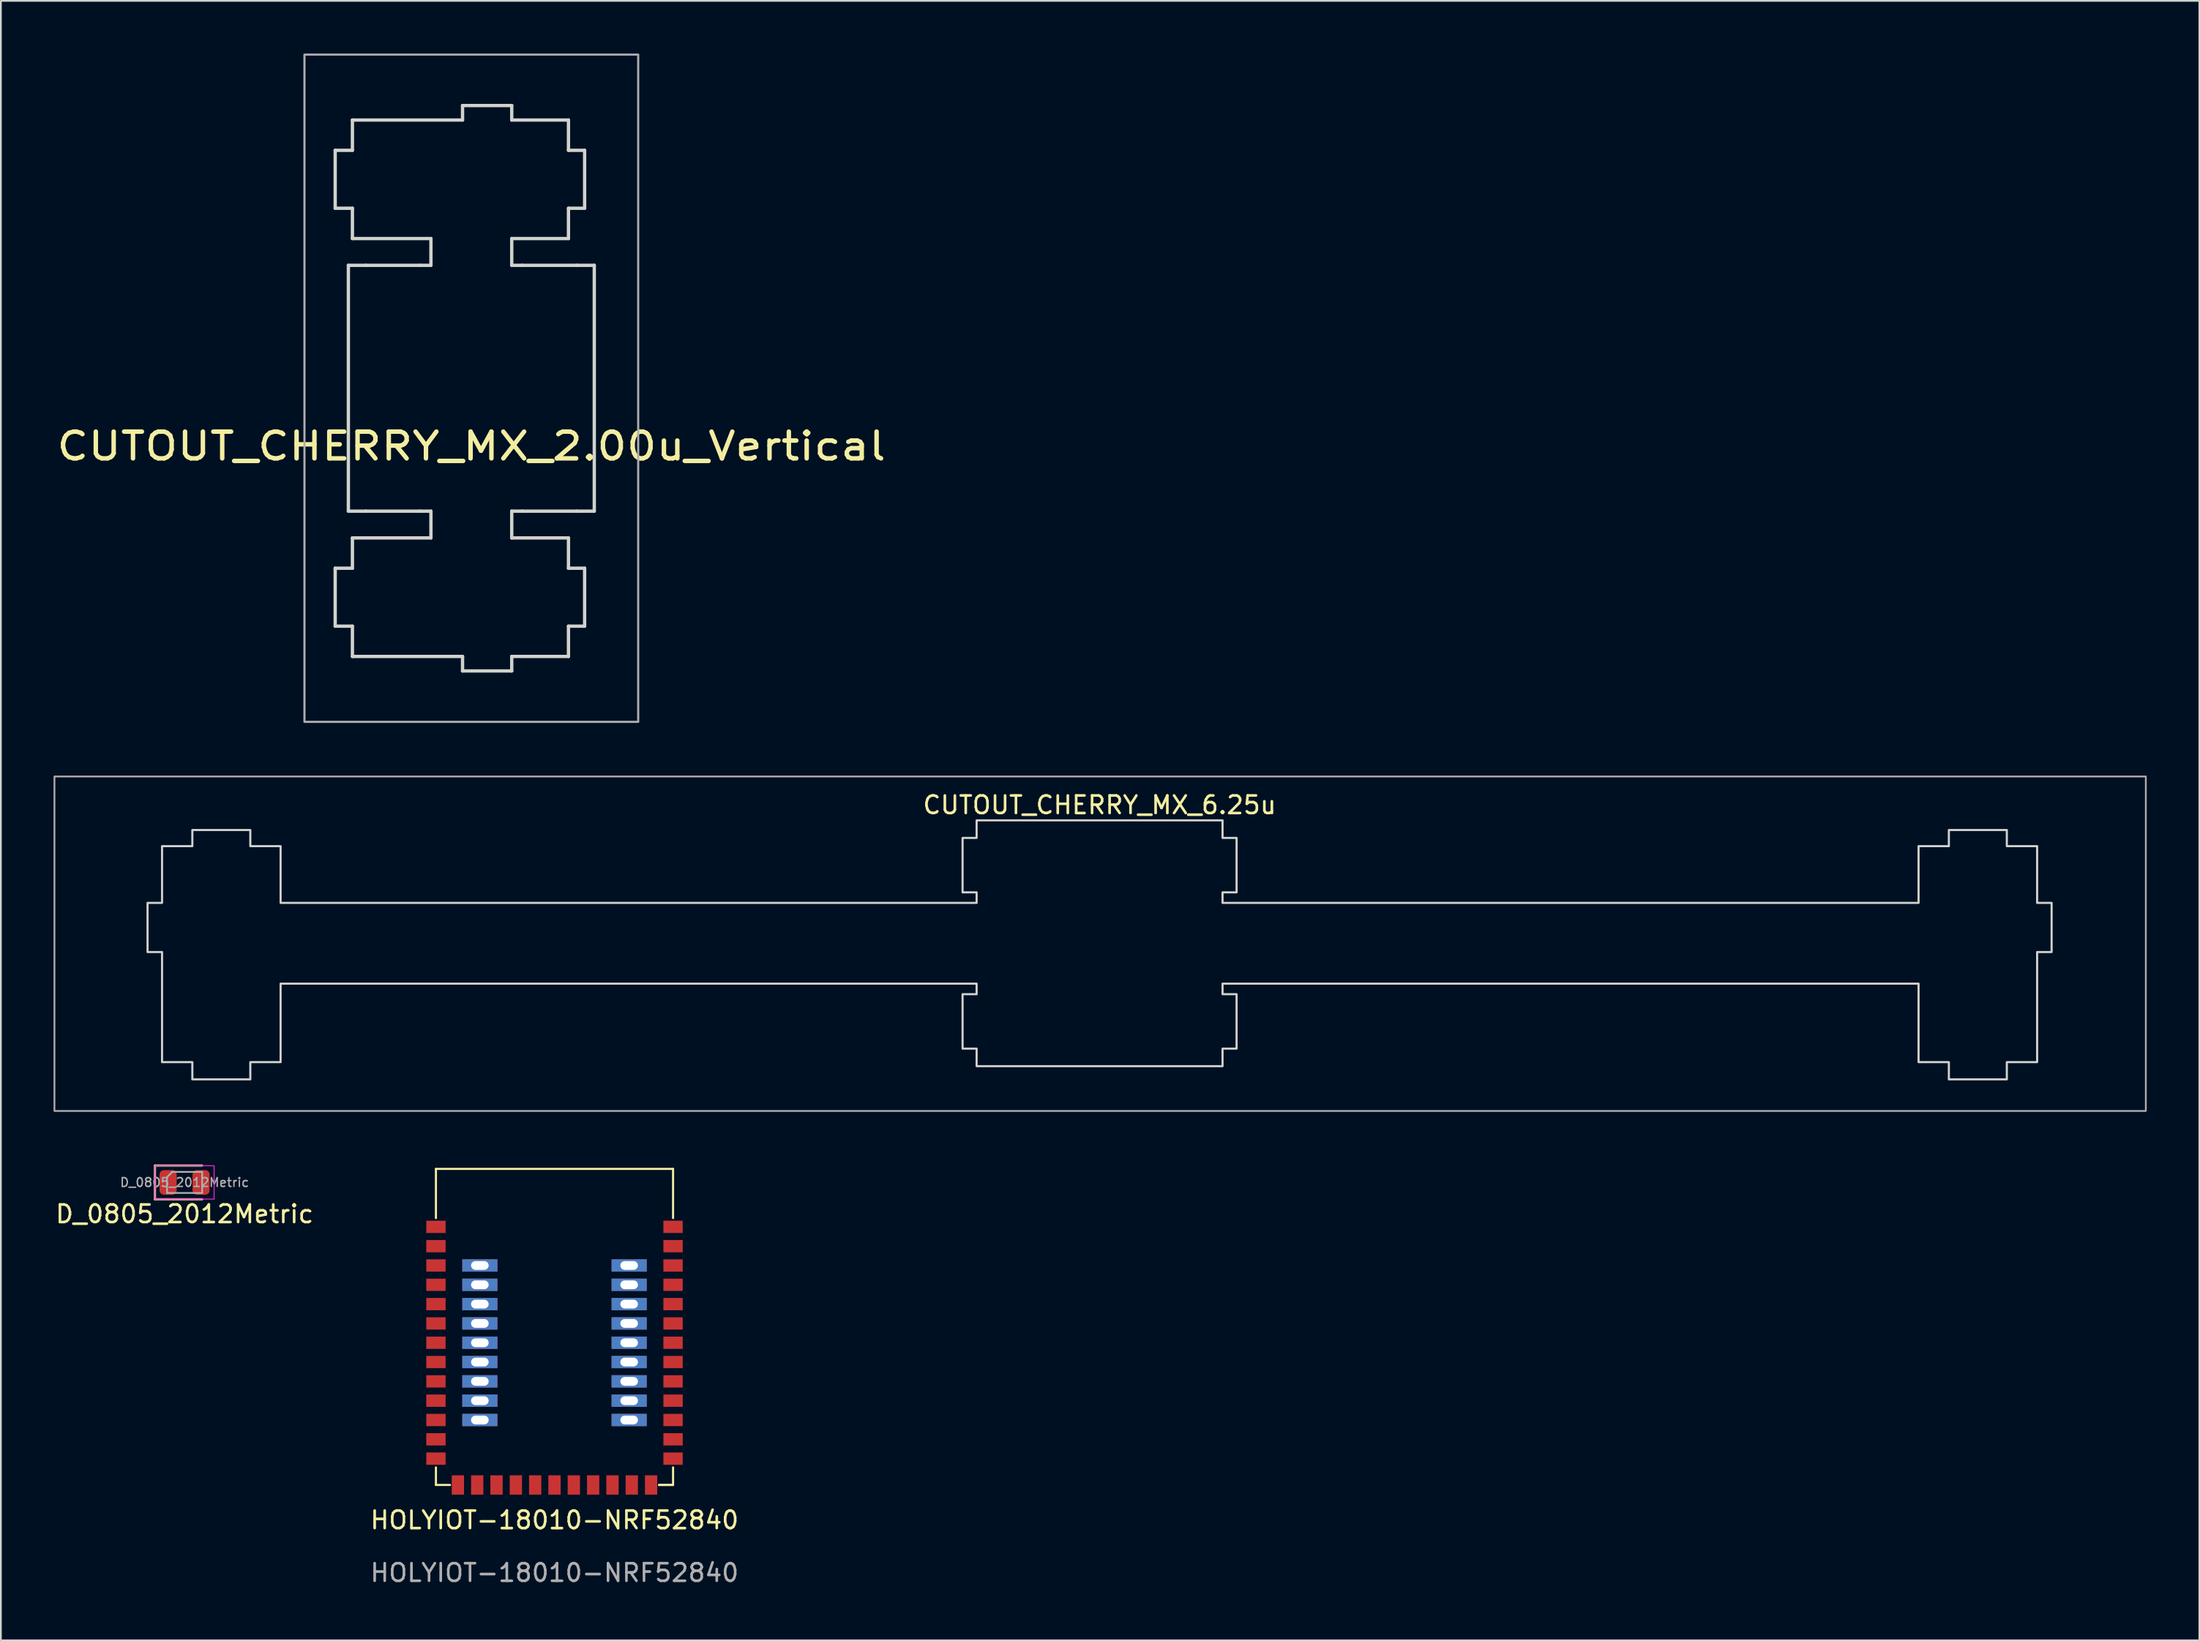
<source format=kicad_pcb>
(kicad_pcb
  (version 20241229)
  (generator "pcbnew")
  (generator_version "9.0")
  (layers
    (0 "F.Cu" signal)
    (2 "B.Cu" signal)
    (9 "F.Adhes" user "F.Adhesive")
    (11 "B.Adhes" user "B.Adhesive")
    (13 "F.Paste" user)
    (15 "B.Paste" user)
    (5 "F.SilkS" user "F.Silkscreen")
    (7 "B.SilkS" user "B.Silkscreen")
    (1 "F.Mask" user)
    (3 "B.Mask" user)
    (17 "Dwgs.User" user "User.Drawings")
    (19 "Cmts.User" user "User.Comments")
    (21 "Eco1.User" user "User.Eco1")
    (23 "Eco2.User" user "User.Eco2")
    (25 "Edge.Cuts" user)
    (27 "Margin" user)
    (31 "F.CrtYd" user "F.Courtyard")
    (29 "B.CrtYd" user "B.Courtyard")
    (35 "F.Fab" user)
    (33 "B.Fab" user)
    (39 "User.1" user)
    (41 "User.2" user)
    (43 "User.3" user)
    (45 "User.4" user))
  (footprint "CUTOUT_CHERRY_MX_2.00u_Vertical"
    (layer "F.Cu")
    (at 26.323 13.98)
    (property "Reference" "CUTOUT_CHERRY_MX_2.00u_Vertical" (at -2.54 8.382 0) (layer "F.SilkS") (effects (font (size 1.524 1.778) (thickness 0.254))))
    (fp_line (start -10.29 -8.47) (end -10.29 -5.17) (stroke (width 0.189) (type solid)) (layer "Edge.Cuts"))
    (fp_line (start -10.29 -5.17) (end -9.31 -5.17) (stroke (width 0.189) (type solid)) (layer "Edge.Cuts"))
    (fp_line (start -10.29 15.33) (end -10.29 18.63) (stroke (width 0.189) (type solid)) (layer "Edge.Cuts"))
    (fp_line (start -10.29 18.63) (end -9.31 18.63) (stroke (width 0.189) (type solid)) (layer "Edge.Cuts"))
    (fp_line (start -9.54 -1.92) (end -9.54 12.08) (stroke (width 0.189) (type solid)) (layer "Edge.Cuts"))
    (fp_line (start -9.54 12.08) (end -8.54 12.08) (stroke (width 0.189) (type solid)) (layer "Edge.Cuts"))
    (fp_line (start -9.31 -10.195) (end -9.31 -8.47) (stroke (width 0.189) (type solid)) (layer "Edge.Cuts"))
    (fp_line (start -9.31 -8.47) (end -10.29 -8.47) (stroke (width 0.189) (type solid)) (layer "Edge.Cuts"))
    (fp_line (start -9.31 -5.17) (end -9.31 -3.445) (stroke (width 0.189) (type solid)) (layer "Edge.Cuts"))
    (fp_line (start -9.31 -3.445) (end -4.84 -3.445) (stroke (width 0.189) (type solid)) (layer "Edge.Cuts"))
    (fp_line (start -9.31 13.605) (end -9.31 15.33) (stroke (width 0.189) (type solid)) (layer "Edge.Cuts"))
    (fp_line (start -9.31 15.33) (end -10.29 15.33) (stroke (width 0.189) (type solid)) (layer "Edge.Cuts"))
    (fp_line (start -9.31 18.63) (end -9.31 20.355) (stroke (width 0.189) (type solid)) (layer "Edge.Cuts"))
    (fp_line (start -9.31 20.355) (end -3.04 20.355) (stroke (width 0.189) (type solid)) (layer "Edge.Cuts"))
    (fp_line (start -8.54 -1.92) (end -9.54 -1.92) (stroke (width 0.189) (type solid)) (layer "Edge.Cuts"))
    (fp_line (start -8.54 12.08) (end -5.44 12.08) (stroke (width 0.189) (type solid)) (layer "Edge.Cuts"))
    (fp_line (start -5.44 -1.92) (end -8.54 -1.92) (stroke (width 0.189) (type solid)) (layer "Edge.Cuts"))
    (fp_line (start -5.44 12.08) (end -4.84 12.08) (stroke (width 0.189) (type solid)) (layer "Edge.Cuts"))
    (fp_line (start -4.84 -3.445) (end -4.84 -1.92) (stroke (width 0.189) (type solid)) (layer "Edge.Cuts"))
    (fp_line (start -4.84 -1.92) (end -5.44 -1.92) (stroke (width 0.189) (type solid)) (layer "Edge.Cuts"))
    (fp_line (start -4.84 12.08) (end -4.84 13.605) (stroke (width 0.189) (type solid)) (layer "Edge.Cuts"))
    (fp_line (start -4.84 13.605) (end -9.31 13.605) (stroke (width 0.189) (type solid)) (layer "Edge.Cuts"))
    (fp_line (start -3.04 -11.02) (end -3.04 -10.195) (stroke (width 0.189) (type solid)) (layer "Edge.Cuts"))
    (fp_line (start -3.04 -10.195) (end -9.31 -10.195) (stroke (width 0.189) (type solid)) (layer "Edge.Cuts"))
    (fp_line (start -3.04 20.355) (end -3.04 21.18) (stroke (width 0.189) (type solid)) (layer "Edge.Cuts"))
    (fp_line (start -3.04 21.18) (end -0.24 21.18) (stroke (width 0.189) (type solid)) (layer "Edge.Cuts"))
    (fp_line (start -0.24 -11.02) (end -3.04 -11.02) (stroke (width 0.189) (type solid)) (layer "Edge.Cuts"))
    (fp_line (start -0.24 -10.195) (end -0.24 -11.02) (stroke (width 0.189) (type solid)) (layer "Edge.Cuts"))
    (fp_line (start -0.24 -3.445) (end 2.99 -3.445) (stroke (width 0.189) (type solid)) (layer "Edge.Cuts"))
    (fp_line (start -0.24 -1.92) (end -0.24 -3.445) (stroke (width 0.189) (type solid)) (layer "Edge.Cuts"))
    (fp_line (start -0.24 12.08) (end 0.36 12.08) (stroke (width 0.189) (type solid)) (layer "Edge.Cuts"))
    (fp_line (start -0.24 13.605) (end -0.24 12.08) (stroke (width 0.189) (type solid)) (layer "Edge.Cuts"))
    (fp_line (start -0.24 20.355) (end 2.99 20.355) (stroke (width 0.189) (type solid)) (layer "Edge.Cuts"))
    (fp_line (start -0.24 21.18) (end -0.24 20.355) (stroke (width 0.189) (type solid)) (layer "Edge.Cuts"))
    (fp_line (start 0.36 -1.92) (end -0.24 -1.92) (stroke (width 0.189) (type solid)) (layer "Edge.Cuts"))
    (fp_line (start 0.36 12.08) (end 3.46 12.08) (stroke (width 0.189) (type solid)) (layer "Edge.Cuts"))
    (fp_line (start 2.99 -10.195) (end -0.24 -10.195) (stroke (width 0.189) (type solid)) (layer "Edge.Cuts"))
    (fp_line (start 2.99 -8.47) (end 2.99 -10.195) (stroke (width 0.189) (type solid)) (layer "Edge.Cuts"))
    (fp_line (start 2.99 -5.17) (end 3.91 -5.17) (stroke (width 0.189) (type solid)) (layer "Edge.Cuts"))
    (fp_line (start 2.99 -3.445) (end 2.99 -5.17) (stroke (width 0.189) (type solid)) (layer "Edge.Cuts"))
    (fp_line (start 2.99 13.605) (end -0.24 13.605) (stroke (width 0.189) (type solid)) (layer "Edge.Cuts"))
    (fp_line (start 2.99 15.33) (end 2.99 13.605) (stroke (width 0.189) (type solid)) (layer "Edge.Cuts"))
    (fp_line (start 2.99 18.63) (end 3.91 18.63) (stroke (width 0.189) (type solid)) (layer "Edge.Cuts"))
    (fp_line (start 2.99 20.355) (end 2.99 18.63) (stroke (width 0.189) (type solid)) (layer "Edge.Cuts"))
    (fp_line (start 3.46 -1.92) (end 0.36 -1.92) (stroke (width 0.189) (type solid)) (layer "Edge.Cuts"))
    (fp_line (start 3.46 12.08) (end 4.46 12.08) (stroke (width 0.189) (type solid)) (layer "Edge.Cuts"))
    (fp_line (start 3.91 -8.47) (end 2.99 -8.47) (stroke (width 0.189) (type solid)) (layer "Edge.Cuts"))
    (fp_line (start 3.91 -5.17) (end 3.91 -8.47) (stroke (width 0.189) (type solid)) (layer "Edge.Cuts"))
    (fp_line (start 3.91 15.33) (end 2.99 15.33) (stroke (width 0.189) (type solid)) (layer "Edge.Cuts"))
    (fp_line (start 3.91 18.63) (end 3.91 15.33) (stroke (width 0.189) (type solid)) (layer "Edge.Cuts"))
    (fp_line (start 4.46 -1.92) (end 3.46 -1.92) (stroke (width 0.189) (type solid)) (layer "Edge.Cuts"))
    (fp_line (start 4.46 12.08) (end 4.46 -1.92) (stroke (width 0.189) (type solid)) (layer "Edge.Cuts"))
    (fp_rect (start -12.04 -13.92) (end 6.96 24.08) (stroke (width 0.12) (type solid)) (fill no) (layer "F.Fab")))
  (footprint "CUTOUT_CHERRY_MX_6.25u"
    (layer "F.Cu")
    (at 62.09 45.59)
    (property "Reference" "CUTOUT_CHERRY_MX_6.25u" (at -2.54 -2.794 0) (layer "F.SilkS") (effects (font (size 1 1) (thickness 0.15))))
    (attr through_hole)
    (fp_poly (pts (xy 4.46 -0.92) (xy 5.26 -0.92) (xy 5.26 2.18) (xy 4.46 2.18) (xy 4.46 2.78) (xy 44.085 2.78) (xy 44.085 -0.45) (xy 45.81 -0.45) (xy 45.81 -1.37) (xy 49.11 -1.37) (xy 49.11 -0.45) (xy 50.835 -0.45) (xy 50.835 2.78) (xy 51.66 2.78) (xy 51.66 5.58) (xy 50.835 5.58) (xy 50.835 11.85) (xy 49.11 11.85) (xy 49.11 12.83) (xy 45.81 12.83) (xy 45.81 11.85) (xy 44.085 11.85) (xy 44.085 7.38) (xy 4.46 7.38) (xy 4.46 7.98) (xy 5.26 7.98) (xy 5.26 11.08) (xy 4.46 11.08) (xy 4.46 12.08) (xy -9.54 12.08) (xy -9.54 11.08) (xy -10.34 11.08) (xy -10.34 7.98) (xy -9.54 7.98) (xy -9.54 7.38) (xy -49.165 7.38) (xy -49.165 11.85) (xy -50.89 11.85) (xy -50.89 12.83) (xy -54.19 12.83) (xy -54.19 11.85) (xy -55.915 11.85) (xy -55.915 5.58) (xy -56.74 5.58) (xy -56.74 2.78) (xy -55.915 2.78) (xy -55.915 -0.45) (xy -54.19 -0.45) (xy -54.19 -1.37) (xy -50.89 -1.37) (xy -50.89 -0.45) (xy -49.165 -0.45) (xy -49.165 2.78) (xy -9.54 2.78) (xy -9.54 2.18) (xy -10.34 2.18) (xy -10.34 -0.92) (xy -9.54 -0.92) (xy -9.54 -1.92) (xy 4.46 -1.92)) (stroke (width 0.12) (type solid)) (fill no) (layer "Edge.Cuts"))
    (fp_rect (start -62.04 -4.42) (end 57.023 14.63) (stroke (width 0.1) (type solid)) (fill no) (layer "F.Fab")))
  (footprint "D_0805_2012Metric"
    (layer "F.Cu")
    (at 7.458 64.29)
    (property "Reference" "D_0805_2012Metric" (at 0 1.8 180) (layer "F.SilkS") (effects (font (size 1 1) (thickness 0.15))))
    (attr smd)
    (fp_line (start -1.685 -0.96) (end -1.685 0.96) (stroke (width 0.12) (type solid)) (layer "F.SilkS"))
    (fp_line (start -1.685 0.96) (end 1 0.96) (stroke (width 0.12) (type solid)) (layer "F.SilkS"))
    (fp_line (start 1 -0.96) (end -1.685 -0.96) (stroke (width 0.12) (type solid)) (layer "F.SilkS"))
    (fp_line (start -1.68 -0.95) (end 1.68 -0.95) (stroke (width 0.05) (type solid)) (layer "F.CrtYd"))
    (fp_line (start -1.68 0.95) (end -1.68 -0.95) (stroke (width 0.05) (type solid)) (layer "F.CrtYd"))
    (fp_line (start 1.68 -0.95) (end 1.68 0.95) (stroke (width 0.05) (type solid)) (layer "F.CrtYd"))
    (fp_line (start 1.68 0.95) (end -1.68 0.95) (stroke (width 0.05) (type solid)) (layer "F.CrtYd"))
    (fp_line (start -1 -0.3) (end -1 0.6) (stroke (width 0.1) (type solid)) (layer "F.Fab"))
    (fp_line (start -1 0.6) (end 1 0.6) (stroke (width 0.1) (type solid)) (layer "F.Fab"))
    (fp_line (start -0.7 -0.6) (end -1 -0.3) (stroke (width 0.1) (type solid)) (layer "F.Fab"))
    (fp_line (start 1 -0.6) (end -0.7 -0.6) (stroke (width 0.1) (type solid)) (layer "F.Fab"))
    (fp_line (start 1 0.6) (end 1 -0.6) (stroke (width 0.1) (type solid)) (layer "F.Fab"))
    (fp_text user "${REFERENCE}" (at 0 0 180) (layer "F.Fab") (effects (font (size 0.5 0.5) (thickness 0.08))))
    (pad "1" smd roundrect (at -0.938 0) (size 0.975 1.4) (layers "F.Cu" "F.Mask" "F.Paste") (roundrect_rratio 0.25))
    (pad "2" smd roundrect (at 0.938 0) (size 0.975 1.4) (layers "F.Cu" "F.Mask" "F.Paste") (roundrect_rratio 0.25)))
  (footprint "HOLYIOT-18010-NRF52840"
    (layer "F.Cu")
    (at 21.768 63.52)
    (property "Reference" "HOLYIOT-18010-NRF52840" (at 6.75 20 0) (unlocked yes) (layer "F.SilkS") (effects (font (size 1 1) (thickness 0.15))))
    (fp_line (start 0 0) (end 13.5 0) (stroke (width 0.12) (type solid)) (layer "F.SilkS"))
    (fp_line (start 0 2.8) (end 0 0) (stroke (width 0.12) (type solid)) (layer "F.SilkS"))
    (fp_line (start 0 17) (end 0 18) (stroke (width 0.12) (type solid)) (layer "F.SilkS"))
    (fp_line (start 0.8 18) (end 0 18) (stroke (width 0.12) (type solid)) (layer "F.SilkS"))
    (fp_line (start 12.7 18) (end 13.5 18) (stroke (width 0.12) (type solid)) (layer "F.SilkS"))
    (fp_line (start 13.5 0) (end 13.5 2.8) (stroke (width 0.12) (type solid)) (layer "F.SilkS"))
    (fp_line (start 13.5 17) (end 13.5 18) (stroke (width 0.12) (type solid)) (layer "F.SilkS"))
    (fp_line (start 13.5 18) (end 12.7 18) (stroke (width 0.12) (type solid)) (layer "F.SilkS"))
    (fp_text user "${REFERENCE}" (at 6.75 23 0) (unlocked yes) (layer "F.Fab") (effects (font (size 1 1) (thickness 0.15))))
    (pad "1" smd rect (at 0 3.3) (size 1.1 0.7) (layers "F.Cu" "F.Mask" "F.Paste"))
    (pad "2" smd rect (at 0 4.4) (size 1.1 0.7) (layers "F.Cu" "F.Mask" "F.Paste"))
    (pad "3" smd rect (at 0 5.5) (size 1.1 0.7) (layers "F.Cu" "F.Mask" "F.Paste"))
    (pad "4" smd rect (at 0 6.6) (size 1.1 0.7) (layers "F.Cu" "F.Mask" "F.Paste"))
    (pad "5" smd rect (at 0 7.7) (size 1.1 0.7) (layers "F.Cu" "F.Mask" "F.Paste"))
    (pad "6" smd rect (at 0 8.8) (size 1.1 0.7) (layers "F.Cu" "F.Mask" "F.Paste"))
    (pad "7" smd rect (at 0 9.9) (size 1.1 0.7) (layers "F.Cu" "F.Mask" "F.Paste"))
    (pad "8" smd rect (at 0 11) (size 1.1 0.7) (layers "F.Cu" "F.Mask" "F.Paste"))
    (pad "9" smd rect (at 0 12.1) (size 1.1 0.7) (layers "F.Cu" "F.Mask" "F.Paste"))
    (pad "10" smd rect (at 0 13.2) (size 1.1 0.7) (layers "F.Cu" "F.Mask" "F.Paste"))
    (pad "11" smd rect (at 0 14.3) (size 1.1 0.7) (layers "F.Cu" "F.Mask" "F.Paste"))
    (pad "12" smd rect (at 0 15.4) (size 1.1 0.7) (layers "F.Cu" "F.Mask" "F.Paste"))
    (pad "13" smd rect (at 0 16.5) (size 1.1 0.7) (layers "F.Cu" "F.Mask" "F.Paste"))
    (pad "14" smd rect (at 1.25 18) (size 0.7 1.1) (layers "F.Cu" "F.Mask" "F.Paste"))
    (pad "15" smd rect (at 2.35 18) (size 0.7 1.1) (layers "F.Cu" "F.Mask" "F.Paste"))
    (pad "16" smd rect (at 3.45 18) (size 0.7 1.1) (layers "F.Cu" "F.Mask" "F.Paste"))
    (pad "17" smd rect (at 4.55 18) (size 0.7 1.1) (layers "F.Cu" "F.Mask" "F.Paste"))
    (pad "18" smd rect (at 5.65 18) (size 0.7 1.1) (layers "F.Cu" "F.Mask" "F.Paste"))
    (pad "19" smd rect (at 6.75 18) (size 0.7 1.1) (layers "F.Cu" "F.Mask" "F.Paste"))
    (pad "20" smd rect (at 7.85 18) (size 0.7 1.1) (layers "F.Cu" "F.Mask" "F.Paste"))
    (pad "21" smd rect (at 8.95 18) (size 0.7 1.1) (layers "F.Cu" "F.Mask" "F.Paste"))
    (pad "22" smd rect (at 10.05 18) (size 0.7 1.1) (layers "F.Cu" "F.Mask" "F.Paste"))
    (pad "23" smd rect (at 11.15 18) (size 0.7 1.1) (layers "F.Cu" "F.Mask" "F.Paste"))
    (pad "24" smd rect (at 12.25 18) (size 0.7 1.1) (layers "F.Cu" "F.Mask" "F.Paste"))
    (pad "25" smd rect (at 13.5 16.5) (size 1.1 0.7) (layers "F.Cu" "F.Mask" "F.Paste"))
    (pad "26" smd rect (at 13.5 15.4) (size 1.1 0.7) (layers "F.Cu" "F.Mask" "F.Paste"))
    (pad "27" smd rect (at 13.5 14.3) (size 1.1 0.7) (layers "F.Cu" "F.Mask" "F.Paste"))
    (pad "28" smd rect (at 13.5 13.2) (size 1.1 0.7) (layers "F.Cu" "F.Mask" "F.Paste"))
    (pad "29" smd rect (at 13.5 12.1) (size 1.1 0.7) (layers "F.Cu" "F.Mask" "F.Paste"))
    (pad "30" smd rect (at 13.5 11) (size 1.1 0.7) (layers "F.Cu" "F.Mask" "F.Paste"))
    (pad "31" smd rect (at 13.5 9.9) (size 1.1 0.7) (layers "F.Cu" "F.Mask" "F.Paste"))
    (pad "32" smd rect (at 13.5 8.8) (size 1.1 0.7) (layers "F.Cu" "F.Mask" "F.Paste"))
    (pad "33" smd rect (at 13.5 7.7) (size 1.1 0.7) (layers "F.Cu" "F.Mask" "F.Paste"))
    (pad "34" smd rect (at 13.5 6.6) (size 1.1 0.7) (layers "F.Cu" "F.Mask" "F.Paste"))
    (pad "35" smd rect (at 13.5 5.5) (size 1.1 0.7) (layers "F.Cu" "F.Mask" "F.Paste"))
    (pad "36" smd rect (at 13.5 4.4) (size 1.1 0.7) (layers "F.Cu" "F.Mask" "F.Paste"))
    (pad "37" smd rect (at 13.5 3.3) (size 1.1 0.7) (layers "F.Cu" "F.Mask" "F.Paste"))
    (pad "38" thru_hole rect (at 2.5 5.5) (size 2 0.7) (drill oval 1 0.5) (layers "*.Cu" "*.Mask"))
    (pad "39" thru_hole rect (at 2.5 6.6) (size 2 0.7) (drill oval 1 0.5) (layers "*.Cu" "*.Mask"))
    (pad "40" thru_hole rect (at 2.5 7.7) (size 2 0.7) (drill oval 1 0.5) (layers "*.Cu" "*.Mask"))
    (pad "41" thru_hole rect (at 2.5 8.8) (size 2 0.7) (drill oval 1 0.5) (layers "*.Cu" "*.Mask"))
    (pad "42" thru_hole rect (at 2.5 9.9) (size 2 0.7) (drill oval 1 0.5) (layers "*.Cu" "*.Mask"))
    (pad "43" thru_hole rect (at 2.5 11) (size 2 0.7) (drill oval 1 0.5) (layers "*.Cu" "*.Mask"))
    (pad "44" thru_hole rect (at 2.5 12.1) (size 2 0.7) (drill oval 1 0.5) (layers "*.Cu" "*.Mask"))
    (pad "45" thru_hole rect (at 2.5 13.2) (size 2 0.7) (drill oval 1 0.5) (layers "*.Cu" "*.Mask"))
    (pad "46" thru_hole rect (at 2.5 14.3) (size 2 0.7) (drill oval 1 0.5) (layers "*.Cu" "*.Mask"))
    (pad "47" thru_hole rect (at 11 5.5) (size 2 0.7) (drill oval 1 0.5) (layers "*.Cu" "*.Mask"))
    (pad "48" thru_hole rect (at 11 6.6) (size 2 0.7) (drill oval 1 0.5) (layers "*.Cu" "*.Mask"))
    (pad "49" thru_hole rect (at 11 7.7) (size 2 0.7) (drill oval 1 0.5) (layers "*.Cu" "*.Mask"))
    (pad "50" thru_hole rect (at 11 8.8) (size 2 0.7) (drill oval 1 0.5) (layers "*.Cu" "*.Mask"))
    (pad "51" thru_hole rect (at 11 9.9) (size 2 0.7) (drill oval 1 0.5) (layers "*.Cu" "*.Mask"))
    (pad "52" thru_hole rect (at 11 11) (size 2 0.7) (drill oval 1 0.5) (layers "*.Cu" "*.Mask"))
    (pad "53" thru_hole rect (at 11 12.1) (size 2 0.7) (drill oval 1 0.5) (layers "*.Cu" "*.Mask"))
    (pad "54" thru_hole rect (at 11 13.2) (size 2 0.7) (drill oval 1 0.5) (layers "*.Cu" "*.Mask"))
    (pad "55" thru_hole rect (at 11 14.3) (size 2 0.7) (drill oval 1 0.5) (layers "*.Cu" "*.Mask")))
  (gr_rect
    (start -3 -3)
    (end 122.162 90.368)
    (stroke (width 0.1) (type default))
    (fill no)
    (layer "Edge.Cuts")))
</source>
